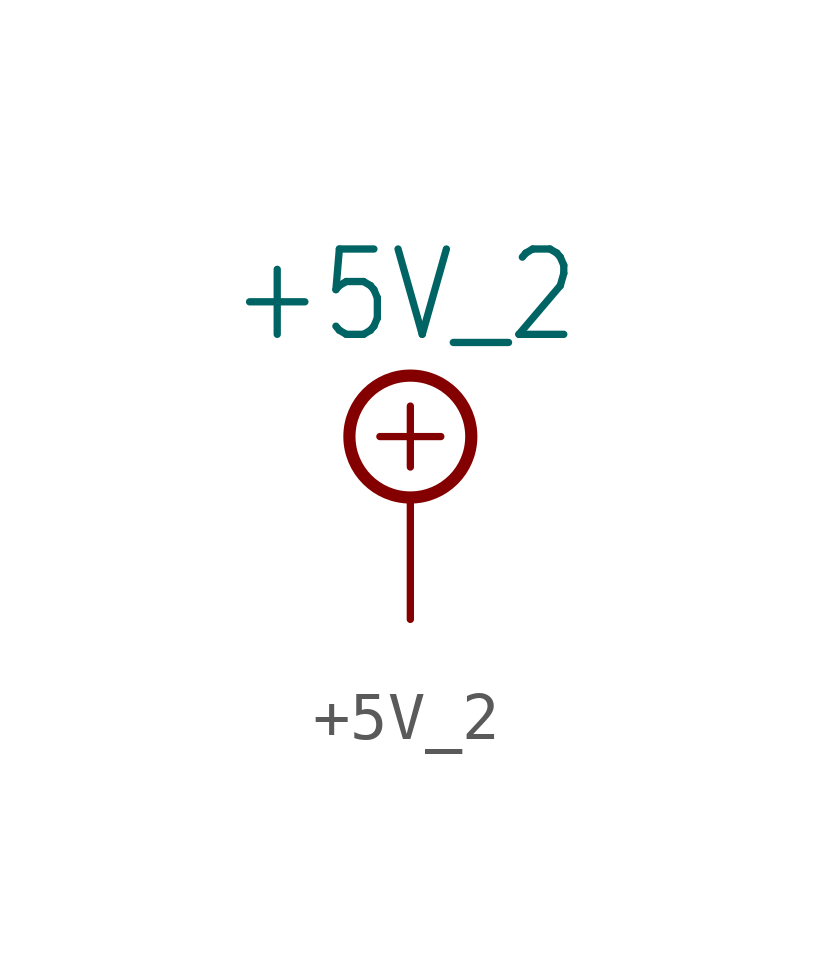
<source format=kicad_sym>
(kicad_symbol_lib
  (version 20201005)
  (generator kicad_symbol_editor)
  (symbol "+5V_2"
    (power)
    (property "Reference" "#SUPPLY"
      (at 0 0 0)
      (effects (font (size 1.27 1.27)) hide))
    (property "Value" "+5V_2"
      (at -3.81 3.175 0)
      (effects (font (size 1.778 1.511)) (justify left bottom)))
    (property "ki_locked" ""
      (at 0 0 0)
      (effects (font (size 1.27 1.27))))
    (symbol "+5V_2_1_0"
      (circle (center 0 1.27) (radius 1.27) (stroke (width 0.254)) (fill (type none)))
      (polyline (pts (xy -0.635 1.27) (xy 0.635 1.27)) (stroke (width 0.152)) (fill (type none)))
      (polyline (pts (xy 0 0.635) (xy 0 1.905)) (stroke (width 0.152)) (fill (type none)))
      (pin power_in line (at 0 -2.54 90) (length 2.54) (name "+5V/2" (effects (font (size 0 0)))) (number "1" (effects (font (size 0 0))))))))
</source>
